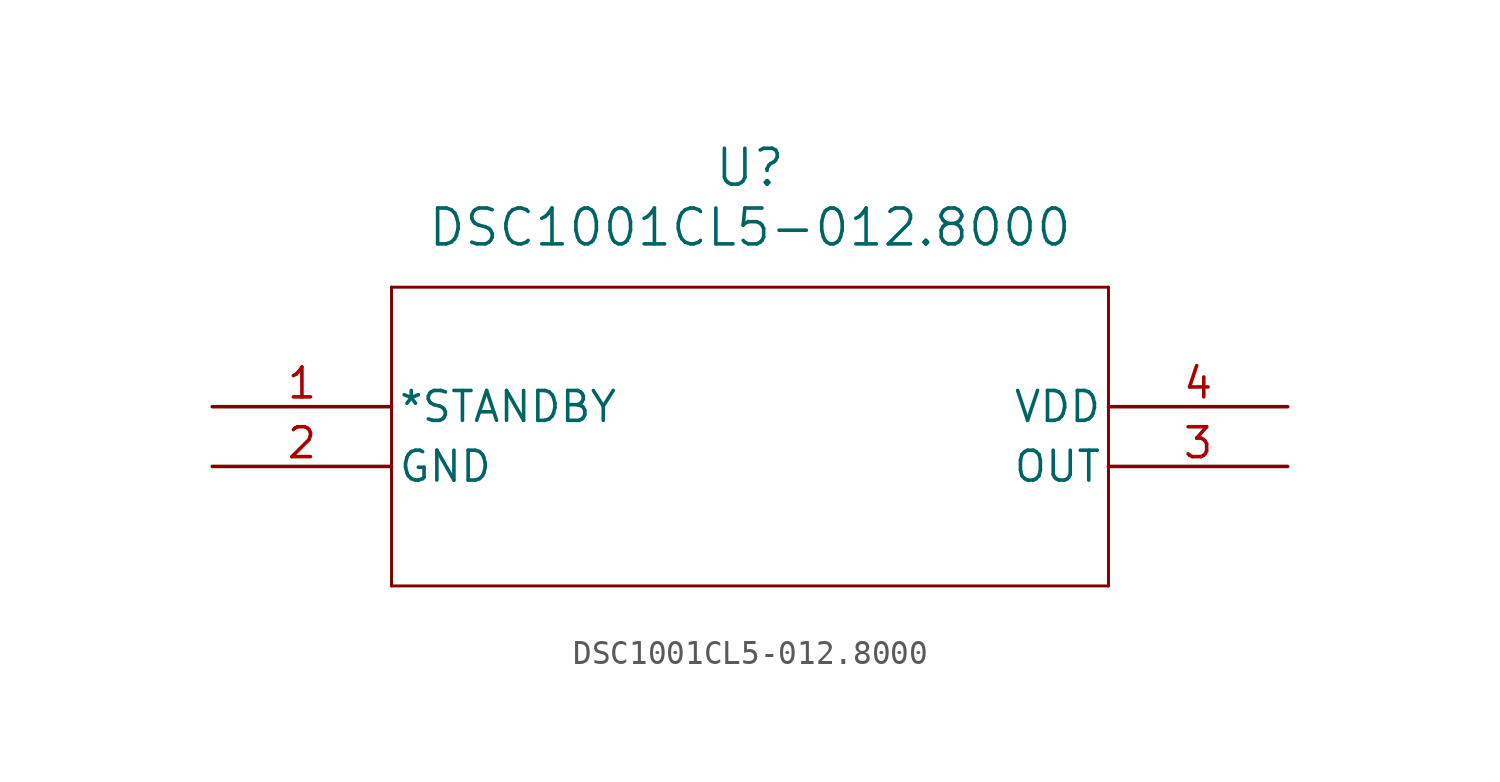
<source format=kicad_sym>
(kicad_symbol_lib
  (version 20211014)
  (generator kicad_symbol_editor)
  (symbol "DSC1001CL5-012.8000"
    (pin_names
      (offset 0.254))
    (property "Reference" "U"
      (at 22.86 10.16 0)
      (effects (font (size 1.524 1.524))))
    (property "Value" "DSC1001CL5-012.8000"
      (at 22.86 7.62 0)
      (effects (font (size 1.524 1.524))))
    (symbol "DSC1001CL5-012.8000_0_1"
      (polyline (pts (xy 7.62 5.08) (xy 7.62 -7.62)) (stroke (width 0.127) (type default) (color 0 0 0 0)) (fill (type none)))
      (polyline (pts (xy 7.62 -7.62) (xy 38.1 -7.62)) (stroke (width 0.127) (type default) (color 0 0 0 0)) (fill (type none)))
      (polyline (pts (xy 38.1 -7.62) (xy 38.1 5.08)) (stroke (width 0.127) (type default) (color 0 0 0 0)) (fill (type none)))
      (polyline (pts (xy 38.1 5.08) (xy 7.62 5.08)) (stroke (width 0.127) (type default) (color 0 0 0 0)) (fill (type none)))
      (pin input line (at 0 0 0) (length 7.62) (name "*STANDBY" (effects (font (size 1.27 1.27)))) (number "1" (effects (font (size 1.27 1.27)))))
      (pin power_out line (at 0 -2.54 0) (length 7.62) (name "GND" (effects (font (size 1.27 1.27)))) (number "2" (effects (font (size 1.27 1.27)))))
      (pin output line (at 45.72 -2.54 180) (length 7.62) (name "OUT" (effects (font (size 1.27 1.27)))) (number "3" (effects (font (size 1.27 1.27)))))
      (pin power_in line (at 45.72 0 180) (length 7.62) (name "VDD" (effects (font (size 1.27 1.27)))) (number "4" (effects (font (size 1.27 1.27))))))))
</source>
